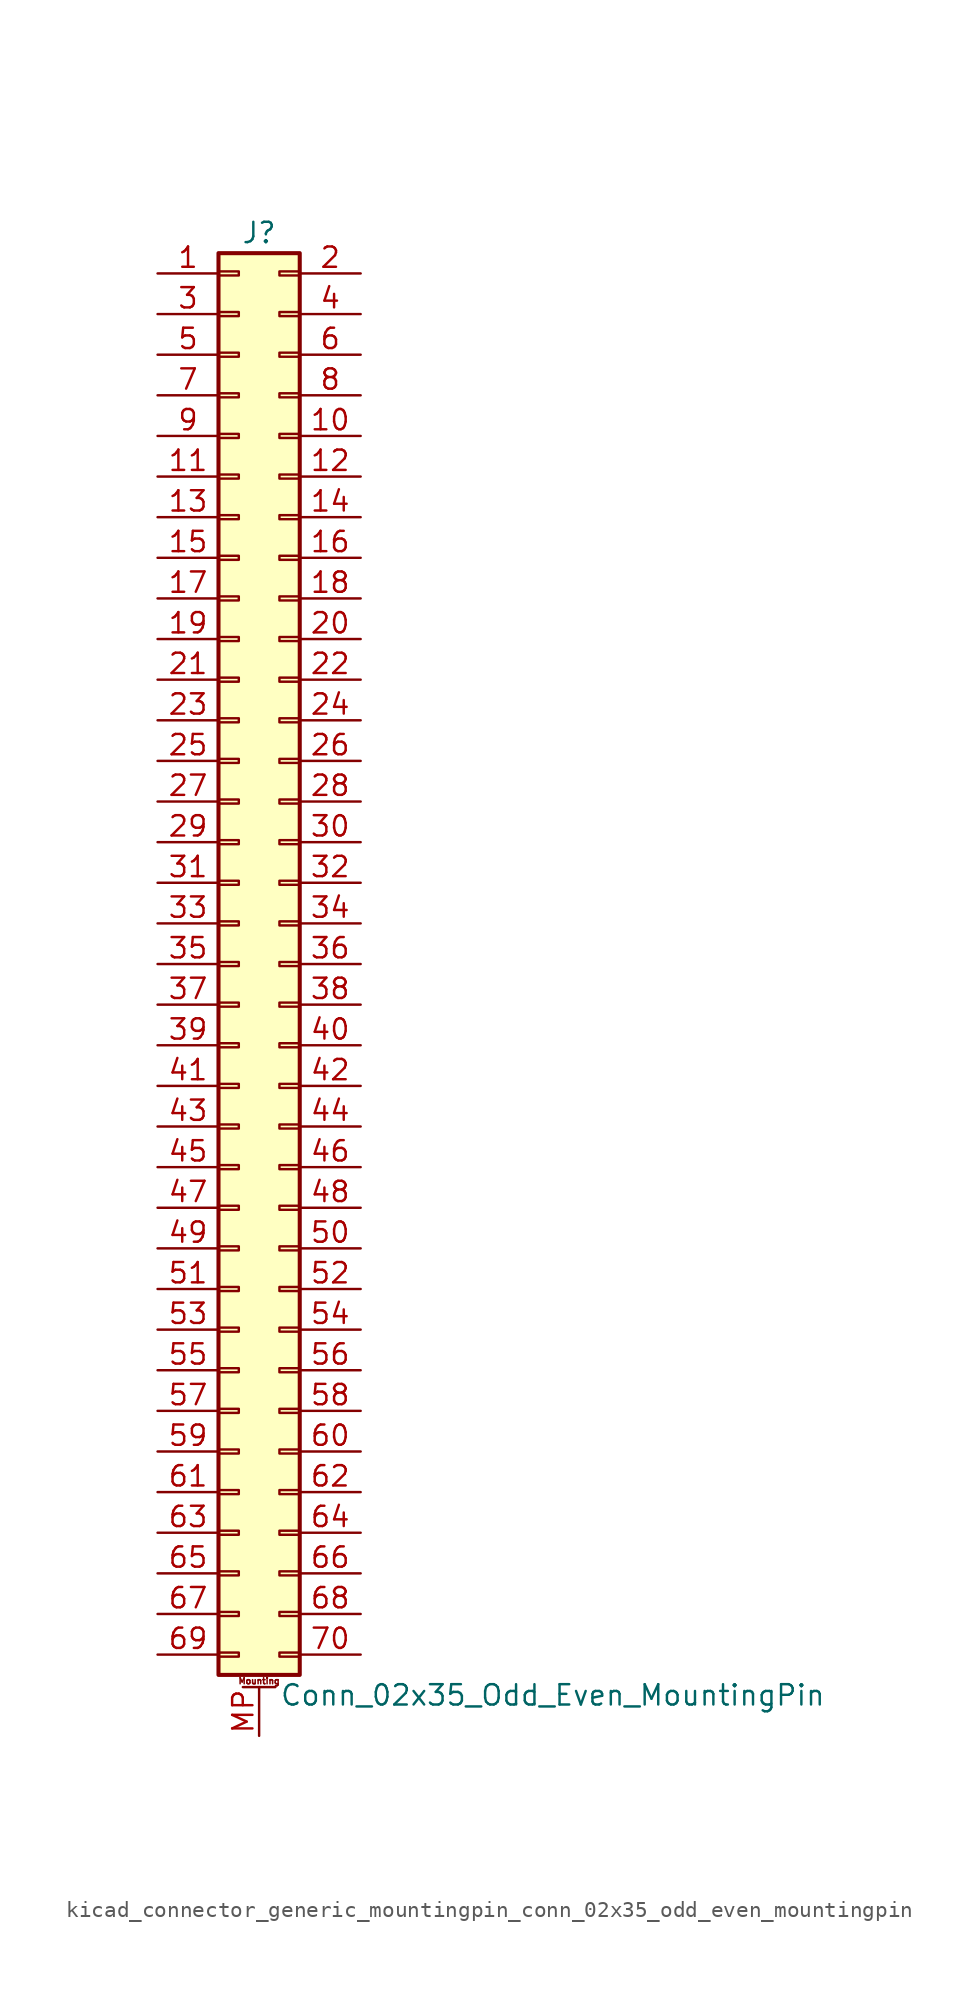
<source format=kicad_sym>
(kicad_symbol_lib
  (version 20220914)
  (generator kicad_symbol_editor)
  (symbol "kicad_connector_generic_mountingpin_conn_02x35_odd_even_mountingpin"
    (pin_names
      (offset 1.016) hide)
    (property "Reference" "J"
      (at 1.27 45.72 0)
      (effects (font (size 1.27 1.27))))
    (property "Value" "Conn_02x35_Odd_Even_MountingPin"
      (at 2.54 -45.72 0)
      (effects (font (size 1.27 1.27)) (justify left)))
    (symbol "kicad_connector_generic_mountingpin_conn_02x35_odd_even_mountingpin_1_1"
      (rectangle (start -1.27 -43.053) (end 0 -43.307) (stroke (width 0.152) (type default)) (fill (type none)))
      (rectangle (start -1.27 -40.513) (end 0 -40.767) (stroke (width 0.152) (type default)) (fill (type none)))
      (rectangle (start -1.27 -37.973) (end 0 -38.227) (stroke (width 0.152) (type default)) (fill (type none)))
      (rectangle (start -1.27 -35.433) (end 0 -35.687) (stroke (width 0.152) (type default)) (fill (type none)))
      (rectangle (start -1.27 -32.893) (end 0 -33.147) (stroke (width 0.152) (type default)) (fill (type none)))
      (rectangle (start -1.27 -30.353) (end 0 -30.607) (stroke (width 0.152) (type default)) (fill (type none)))
      (rectangle (start -1.27 -27.813) (end 0 -28.067) (stroke (width 0.152) (type default)) (fill (type none)))
      (rectangle (start -1.27 -25.273) (end 0 -25.527) (stroke (width 0.152) (type default)) (fill (type none)))
      (rectangle (start -1.27 -22.733) (end 0 -22.987) (stroke (width 0.152) (type default)) (fill (type none)))
      (rectangle (start -1.27 -20.193) (end 0 -20.447) (stroke (width 0.152) (type default)) (fill (type none)))
      (rectangle (start -1.27 -17.653) (end 0 -17.907) (stroke (width 0.152) (type default)) (fill (type none)))
      (rectangle (start -1.27 -15.113) (end 0 -15.367) (stroke (width 0.152) (type default)) (fill (type none)))
      (rectangle (start -1.27 -12.573) (end 0 -12.827) (stroke (width 0.152) (type default)) (fill (type none)))
      (rectangle (start -1.27 -10.033) (end 0 -10.287) (stroke (width 0.152) (type default)) (fill (type none)))
      (rectangle (start -1.27 -7.493) (end 0 -7.747) (stroke (width 0.152) (type default)) (fill (type none)))
      (rectangle (start -1.27 -4.953) (end 0 -5.207) (stroke (width 0.152) (type default)) (fill (type none)))
      (rectangle (start -1.27 -2.413) (end 0 -2.667) (stroke (width 0.152) (type default)) (fill (type none)))
      (rectangle (start -1.27 0.127) (end 0 -0.127) (stroke (width 0.152) (type default)) (fill (type none)))
      (rectangle (start -1.27 2.667) (end 0 2.413) (stroke (width 0.152) (type default)) (fill (type none)))
      (rectangle (start -1.27 5.207) (end 0 4.953) (stroke (width 0.152) (type default)) (fill (type none)))
      (rectangle (start -1.27 7.747) (end 0 7.493) (stroke (width 0.152) (type default)) (fill (type none)))
      (rectangle (start -1.27 10.287) (end 0 10.033) (stroke (width 0.152) (type default)) (fill (type none)))
      (rectangle (start -1.27 12.827) (end 0 12.573) (stroke (width 0.152) (type default)) (fill (type none)))
      (rectangle (start -1.27 15.367) (end 0 15.113) (stroke (width 0.152) (type default)) (fill (type none)))
      (rectangle (start -1.27 17.907) (end 0 17.653) (stroke (width 0.152) (type default)) (fill (type none)))
      (rectangle (start -1.27 20.447) (end 0 20.193) (stroke (width 0.152) (type default)) (fill (type none)))
      (rectangle (start -1.27 22.987) (end 0 22.733) (stroke (width 0.152) (type default)) (fill (type none)))
      (rectangle (start -1.27 25.527) (end 0 25.273) (stroke (width 0.152) (type default)) (fill (type none)))
      (rectangle (start -1.27 28.067) (end 0 27.813) (stroke (width 0.152) (type default)) (fill (type none)))
      (rectangle (start -1.27 30.607) (end 0 30.353) (stroke (width 0.152) (type default)) (fill (type none)))
      (rectangle (start -1.27 33.147) (end 0 32.893) (stroke (width 0.152) (type default)) (fill (type none)))
      (rectangle (start -1.27 35.687) (end 0 35.433) (stroke (width 0.152) (type default)) (fill (type none)))
      (rectangle (start -1.27 38.227) (end 0 37.973) (stroke (width 0.152) (type default)) (fill (type none)))
      (rectangle (start -1.27 40.767) (end 0 40.513) (stroke (width 0.152) (type default)) (fill (type none)))
      (rectangle (start -1.27 43.307) (end 0 43.053) (stroke (width 0.152) (type default)) (fill (type none)))
      (rectangle (start -1.27 44.45) (end 3.81 -44.45) (stroke (width 0.254) (type default)) (fill (type background)))
      (polyline (pts (xy 0.254 -45.212) (xy 2.286 -45.212)) (stroke (width 0.152) (type default)) (fill (type none)))
      (rectangle (start 3.81 -43.053) (end 2.54 -43.307) (stroke (width 0.152) (type default)) (fill (type none)))
      (rectangle (start 3.81 -40.513) (end 2.54 -40.767) (stroke (width 0.152) (type default)) (fill (type none)))
      (rectangle (start 3.81 -37.973) (end 2.54 -38.227) (stroke (width 0.152) (type default)) (fill (type none)))
      (rectangle (start 3.81 -35.433) (end 2.54 -35.687) (stroke (width 0.152) (type default)) (fill (type none)))
      (rectangle (start 3.81 -32.893) (end 2.54 -33.147) (stroke (width 0.152) (type default)) (fill (type none)))
      (rectangle (start 3.81 -30.353) (end 2.54 -30.607) (stroke (width 0.152) (type default)) (fill (type none)))
      (rectangle (start 3.81 -27.813) (end 2.54 -28.067) (stroke (width 0.152) (type default)) (fill (type none)))
      (rectangle (start 3.81 -25.273) (end 2.54 -25.527) (stroke (width 0.152) (type default)) (fill (type none)))
      (rectangle (start 3.81 -22.733) (end 2.54 -22.987) (stroke (width 0.152) (type default)) (fill (type none)))
      (rectangle (start 3.81 -20.193) (end 2.54 -20.447) (stroke (width 0.152) (type default)) (fill (type none)))
      (rectangle (start 3.81 -17.653) (end 2.54 -17.907) (stroke (width 0.152) (type default)) (fill (type none)))
      (rectangle (start 3.81 -15.113) (end 2.54 -15.367) (stroke (width 0.152) (type default)) (fill (type none)))
      (rectangle (start 3.81 -12.573) (end 2.54 -12.827) (stroke (width 0.152) (type default)) (fill (type none)))
      (rectangle (start 3.81 -10.033) (end 2.54 -10.287) (stroke (width 0.152) (type default)) (fill (type none)))
      (rectangle (start 3.81 -7.493) (end 2.54 -7.747) (stroke (width 0.152) (type default)) (fill (type none)))
      (rectangle (start 3.81 -4.953) (end 2.54 -5.207) (stroke (width 0.152) (type default)) (fill (type none)))
      (rectangle (start 3.81 -2.413) (end 2.54 -2.667) (stroke (width 0.152) (type default)) (fill (type none)))
      (rectangle (start 3.81 0.127) (end 2.54 -0.127) (stroke (width 0.152) (type default)) (fill (type none)))
      (rectangle (start 3.81 2.667) (end 2.54 2.413) (stroke (width 0.152) (type default)) (fill (type none)))
      (rectangle (start 3.81 5.207) (end 2.54 4.953) (stroke (width 0.152) (type default)) (fill (type none)))
      (rectangle (start 3.81 7.747) (end 2.54 7.493) (stroke (width 0.152) (type default)) (fill (type none)))
      (rectangle (start 3.81 10.287) (end 2.54 10.033) (stroke (width 0.152) (type default)) (fill (type none)))
      (rectangle (start 3.81 12.827) (end 2.54 12.573) (stroke (width 0.152) (type default)) (fill (type none)))
      (rectangle (start 3.81 15.367) (end 2.54 15.113) (stroke (width 0.152) (type default)) (fill (type none)))
      (rectangle (start 3.81 17.907) (end 2.54 17.653) (stroke (width 0.152) (type default)) (fill (type none)))
      (rectangle (start 3.81 20.447) (end 2.54 20.193) (stroke (width 0.152) (type default)) (fill (type none)))
      (rectangle (start 3.81 22.987) (end 2.54 22.733) (stroke (width 0.152) (type default)) (fill (type none)))
      (rectangle (start 3.81 25.527) (end 2.54 25.273) (stroke (width 0.152) (type default)) (fill (type none)))
      (rectangle (start 3.81 28.067) (end 2.54 27.813) (stroke (width 0.152) (type default)) (fill (type none)))
      (rectangle (start 3.81 30.607) (end 2.54 30.353) (stroke (width 0.152) (type default)) (fill (type none)))
      (rectangle (start 3.81 33.147) (end 2.54 32.893) (stroke (width 0.152) (type default)) (fill (type none)))
      (rectangle (start 3.81 35.687) (end 2.54 35.433) (stroke (width 0.152) (type default)) (fill (type none)))
      (rectangle (start 3.81 38.227) (end 2.54 37.973) (stroke (width 0.152) (type default)) (fill (type none)))
      (rectangle (start 3.81 40.767) (end 2.54 40.513) (stroke (width 0.152) (type default)) (fill (type none)))
      (rectangle (start 3.81 43.307) (end 2.54 43.053) (stroke (width 0.152) (type default)) (fill (type none)))
      (text "Mounting" (at 1.27 -44.831 0) (effects (font (size 0.381 0.381))))
      (pin passive line (at -5.08 43.18 0) (length 3.81) (name "Pin_1" (effects (font (size 1.27 1.27)))) (number "1" (effects (font (size 1.27 1.27)))))
      (pin passive line (at 7.62 33.02 180) (length 3.81) (name "Pin_10" (effects (font (size 1.27 1.27)))) (number "10" (effects (font (size 1.27 1.27)))))
      (pin passive line (at -5.08 30.48 0) (length 3.81) (name "Pin_11" (effects (font (size 1.27 1.27)))) (number "11" (effects (font (size 1.27 1.27)))))
      (pin passive line (at 7.62 30.48 180) (length 3.81) (name "Pin_12" (effects (font (size 1.27 1.27)))) (number "12" (effects (font (size 1.27 1.27)))))
      (pin passive line (at -5.08 27.94 0) (length 3.81) (name "Pin_13" (effects (font (size 1.27 1.27)))) (number "13" (effects (font (size 1.27 1.27)))))
      (pin passive line (at 7.62 27.94 180) (length 3.81) (name "Pin_14" (effects (font (size 1.27 1.27)))) (number "14" (effects (font (size 1.27 1.27)))))
      (pin passive line (at -5.08 25.4 0) (length 3.81) (name "Pin_15" (effects (font (size 1.27 1.27)))) (number "15" (effects (font (size 1.27 1.27)))))
      (pin passive line (at 7.62 25.4 180) (length 3.81) (name "Pin_16" (effects (font (size 1.27 1.27)))) (number "16" (effects (font (size 1.27 1.27)))))
      (pin passive line (at -5.08 22.86 0) (length 3.81) (name "Pin_17" (effects (font (size 1.27 1.27)))) (number "17" (effects (font (size 1.27 1.27)))))
      (pin passive line (at 7.62 22.86 180) (length 3.81) (name "Pin_18" (effects (font (size 1.27 1.27)))) (number "18" (effects (font (size 1.27 1.27)))))
      (pin passive line (at -5.08 20.32 0) (length 3.81) (name "Pin_19" (effects (font (size 1.27 1.27)))) (number "19" (effects (font (size 1.27 1.27)))))
      (pin passive line (at 7.62 43.18 180) (length 3.81) (name "Pin_2" (effects (font (size 1.27 1.27)))) (number "2" (effects (font (size 1.27 1.27)))))
      (pin passive line (at 7.62 20.32 180) (length 3.81) (name "Pin_20" (effects (font (size 1.27 1.27)))) (number "20" (effects (font (size 1.27 1.27)))))
      (pin passive line (at -5.08 17.78 0) (length 3.81) (name "Pin_21" (effects (font (size 1.27 1.27)))) (number "21" (effects (font (size 1.27 1.27)))))
      (pin passive line (at 7.62 17.78 180) (length 3.81) (name "Pin_22" (effects (font (size 1.27 1.27)))) (number "22" (effects (font (size 1.27 1.27)))))
      (pin passive line (at -5.08 15.24 0) (length 3.81) (name "Pin_23" (effects (font (size 1.27 1.27)))) (number "23" (effects (font (size 1.27 1.27)))))
      (pin passive line (at 7.62 15.24 180) (length 3.81) (name "Pin_24" (effects (font (size 1.27 1.27)))) (number "24" (effects (font (size 1.27 1.27)))))
      (pin passive line (at -5.08 12.7 0) (length 3.81) (name "Pin_25" (effects (font (size 1.27 1.27)))) (number "25" (effects (font (size 1.27 1.27)))))
      (pin passive line (at 7.62 12.7 180) (length 3.81) (name "Pin_26" (effects (font (size 1.27 1.27)))) (number "26" (effects (font (size 1.27 1.27)))))
      (pin passive line (at -5.08 10.16 0) (length 3.81) (name "Pin_27" (effects (font (size 1.27 1.27)))) (number "27" (effects (font (size 1.27 1.27)))))
      (pin passive line (at 7.62 10.16 180) (length 3.81) (name "Pin_28" (effects (font (size 1.27 1.27)))) (number "28" (effects (font (size 1.27 1.27)))))
      (pin passive line (at -5.08 7.62 0) (length 3.81) (name "Pin_29" (effects (font (size 1.27 1.27)))) (number "29" (effects (font (size 1.27 1.27)))))
      (pin passive line (at -5.08 40.64 0) (length 3.81) (name "Pin_3" (effects (font (size 1.27 1.27)))) (number "3" (effects (font (size 1.27 1.27)))))
      (pin passive line (at 7.62 7.62 180) (length 3.81) (name "Pin_30" (effects (font (size 1.27 1.27)))) (number "30" (effects (font (size 1.27 1.27)))))
      (pin passive line (at -5.08 5.08 0) (length 3.81) (name "Pin_31" (effects (font (size 1.27 1.27)))) (number "31" (effects (font (size 1.27 1.27)))))
      (pin passive line (at 7.62 5.08 180) (length 3.81) (name "Pin_32" (effects (font (size 1.27 1.27)))) (number "32" (effects (font (size 1.27 1.27)))))
      (pin passive line (at -5.08 2.54 0) (length 3.81) (name "Pin_33" (effects (font (size 1.27 1.27)))) (number "33" (effects (font (size 1.27 1.27)))))
      (pin passive line (at 7.62 2.54 180) (length 3.81) (name "Pin_34" (effects (font (size 1.27 1.27)))) (number "34" (effects (font (size 1.27 1.27)))))
      (pin passive line (at -5.08 0 0) (length 3.81) (name "Pin_35" (effects (font (size 1.27 1.27)))) (number "35" (effects (font (size 1.27 1.27)))))
      (pin passive line (at 7.62 0 180) (length 3.81) (name "Pin_36" (effects (font (size 1.27 1.27)))) (number "36" (effects (font (size 1.27 1.27)))))
      (pin passive line (at -5.08 -2.54 0) (length 3.81) (name "Pin_37" (effects (font (size 1.27 1.27)))) (number "37" (effects (font (size 1.27 1.27)))))
      (pin passive line (at 7.62 -2.54 180) (length 3.81) (name "Pin_38" (effects (font (size 1.27 1.27)))) (number "38" (effects (font (size 1.27 1.27)))))
      (pin passive line (at -5.08 -5.08 0) (length 3.81) (name "Pin_39" (effects (font (size 1.27 1.27)))) (number "39" (effects (font (size 1.27 1.27)))))
      (pin passive line (at 7.62 40.64 180) (length 3.81) (name "Pin_4" (effects (font (size 1.27 1.27)))) (number "4" (effects (font (size 1.27 1.27)))))
      (pin passive line (at 7.62 -5.08 180) (length 3.81) (name "Pin_40" (effects (font (size 1.27 1.27)))) (number "40" (effects (font (size 1.27 1.27)))))
      (pin passive line (at -5.08 -7.62 0) (length 3.81) (name "Pin_41" (effects (font (size 1.27 1.27)))) (number "41" (effects (font (size 1.27 1.27)))))
      (pin passive line (at 7.62 -7.62 180) (length 3.81) (name "Pin_42" (effects (font (size 1.27 1.27)))) (number "42" (effects (font (size 1.27 1.27)))))
      (pin passive line (at -5.08 -10.16 0) (length 3.81) (name "Pin_43" (effects (font (size 1.27 1.27)))) (number "43" (effects (font (size 1.27 1.27)))))
      (pin passive line (at 7.62 -10.16 180) (length 3.81) (name "Pin_44" (effects (font (size 1.27 1.27)))) (number "44" (effects (font (size 1.27 1.27)))))
      (pin passive line (at -5.08 -12.7 0) (length 3.81) (name "Pin_45" (effects (font (size 1.27 1.27)))) (number "45" (effects (font (size 1.27 1.27)))))
      (pin passive line (at 7.62 -12.7 180) (length 3.81) (name "Pin_46" (effects (font (size 1.27 1.27)))) (number "46" (effects (font (size 1.27 1.27)))))
      (pin passive line (at -5.08 -15.24 0) (length 3.81) (name "Pin_47" (effects (font (size 1.27 1.27)))) (number "47" (effects (font (size 1.27 1.27)))))
      (pin passive line (at 7.62 -15.24 180) (length 3.81) (name "Pin_48" (effects (font (size 1.27 1.27)))) (number "48" (effects (font (size 1.27 1.27)))))
      (pin passive line (at -5.08 -17.78 0) (length 3.81) (name "Pin_49" (effects (font (size 1.27 1.27)))) (number "49" (effects (font (size 1.27 1.27)))))
      (pin passive line (at -5.08 38.1 0) (length 3.81) (name "Pin_5" (effects (font (size 1.27 1.27)))) (number "5" (effects (font (size 1.27 1.27)))))
      (pin passive line (at 7.62 -17.78 180) (length 3.81) (name "Pin_50" (effects (font (size 1.27 1.27)))) (number "50" (effects (font (size 1.27 1.27)))))
      (pin passive line (at -5.08 -20.32 0) (length 3.81) (name "Pin_51" (effects (font (size 1.27 1.27)))) (number "51" (effects (font (size 1.27 1.27)))))
      (pin passive line (at 7.62 -20.32 180) (length 3.81) (name "Pin_52" (effects (font (size 1.27 1.27)))) (number "52" (effects (font (size 1.27 1.27)))))
      (pin passive line (at -5.08 -22.86 0) (length 3.81) (name "Pin_53" (effects (font (size 1.27 1.27)))) (number "53" (effects (font (size 1.27 1.27)))))
      (pin passive line (at 7.62 -22.86 180) (length 3.81) (name "Pin_54" (effects (font (size 1.27 1.27)))) (number "54" (effects (font (size 1.27 1.27)))))
      (pin passive line (at -5.08 -25.4 0) (length 3.81) (name "Pin_55" (effects (font (size 1.27 1.27)))) (number "55" (effects (font (size 1.27 1.27)))))
      (pin passive line (at 7.62 -25.4 180) (length 3.81) (name "Pin_56" (effects (font (size 1.27 1.27)))) (number "56" (effects (font (size 1.27 1.27)))))
      (pin passive line (at -5.08 -27.94 0) (length 3.81) (name "Pin_57" (effects (font (size 1.27 1.27)))) (number "57" (effects (font (size 1.27 1.27)))))
      (pin passive line (at 7.62 -27.94 180) (length 3.81) (name "Pin_58" (effects (font (size 1.27 1.27)))) (number "58" (effects (font (size 1.27 1.27)))))
      (pin passive line (at -5.08 -30.48 0) (length 3.81) (name "Pin_59" (effects (font (size 1.27 1.27)))) (number "59" (effects (font (size 1.27 1.27)))))
      (pin passive line (at 7.62 38.1 180) (length 3.81) (name "Pin_6" (effects (font (size 1.27 1.27)))) (number "6" (effects (font (size 1.27 1.27)))))
      (pin passive line (at 7.62 -30.48 180) (length 3.81) (name "Pin_60" (effects (font (size 1.27 1.27)))) (number "60" (effects (font (size 1.27 1.27)))))
      (pin passive line (at -5.08 -33.02 0) (length 3.81) (name "Pin_61" (effects (font (size 1.27 1.27)))) (number "61" (effects (font (size 1.27 1.27)))))
      (pin passive line (at 7.62 -33.02 180) (length 3.81) (name "Pin_62" (effects (font (size 1.27 1.27)))) (number "62" (effects (font (size 1.27 1.27)))))
      (pin passive line (at -5.08 -35.56 0) (length 3.81) (name "Pin_63" (effects (font (size 1.27 1.27)))) (number "63" (effects (font (size 1.27 1.27)))))
      (pin passive line (at 7.62 -35.56 180) (length 3.81) (name "Pin_64" (effects (font (size 1.27 1.27)))) (number "64" (effects (font (size 1.27 1.27)))))
      (pin passive line (at -5.08 -38.1 0) (length 3.81) (name "Pin_65" (effects (font (size 1.27 1.27)))) (number "65" (effects (font (size 1.27 1.27)))))
      (pin passive line (at 7.62 -38.1 180) (length 3.81) (name "Pin_66" (effects (font (size 1.27 1.27)))) (number "66" (effects (font (size 1.27 1.27)))))
      (pin passive line (at -5.08 -40.64 0) (length 3.81) (name "Pin_67" (effects (font (size 1.27 1.27)))) (number "67" (effects (font (size 1.27 1.27)))))
      (pin passive line (at 7.62 -40.64 180) (length 3.81) (name "Pin_68" (effects (font (size 1.27 1.27)))) (number "68" (effects (font (size 1.27 1.27)))))
      (pin passive line (at -5.08 -43.18 0) (length 3.81) (name "Pin_69" (effects (font (size 1.27 1.27)))) (number "69" (effects (font (size 1.27 1.27)))))
      (pin passive line (at -5.08 35.56 0) (length 3.81) (name "Pin_7" (effects (font (size 1.27 1.27)))) (number "7" (effects (font (size 1.27 1.27)))))
      (pin passive line (at 7.62 -43.18 180) (length 3.81) (name "Pin_70" (effects (font (size 1.27 1.27)))) (number "70" (effects (font (size 1.27 1.27)))))
      (pin passive line (at 7.62 35.56 180) (length 3.81) (name "Pin_8" (effects (font (size 1.27 1.27)))) (number "8" (effects (font (size 1.27 1.27)))))
      (pin passive line (at -5.08 33.02 0) (length 3.81) (name "Pin_9" (effects (font (size 1.27 1.27)))) (number "9" (effects (font (size 1.27 1.27)))))
      (pin passive line (at 1.27 -48.26 90) (length 3.048) (name "MountPin" (effects (font (size 1.27 1.27)))) (number "MP" (effects (font (size 1.27 1.27))))))))
</source>
